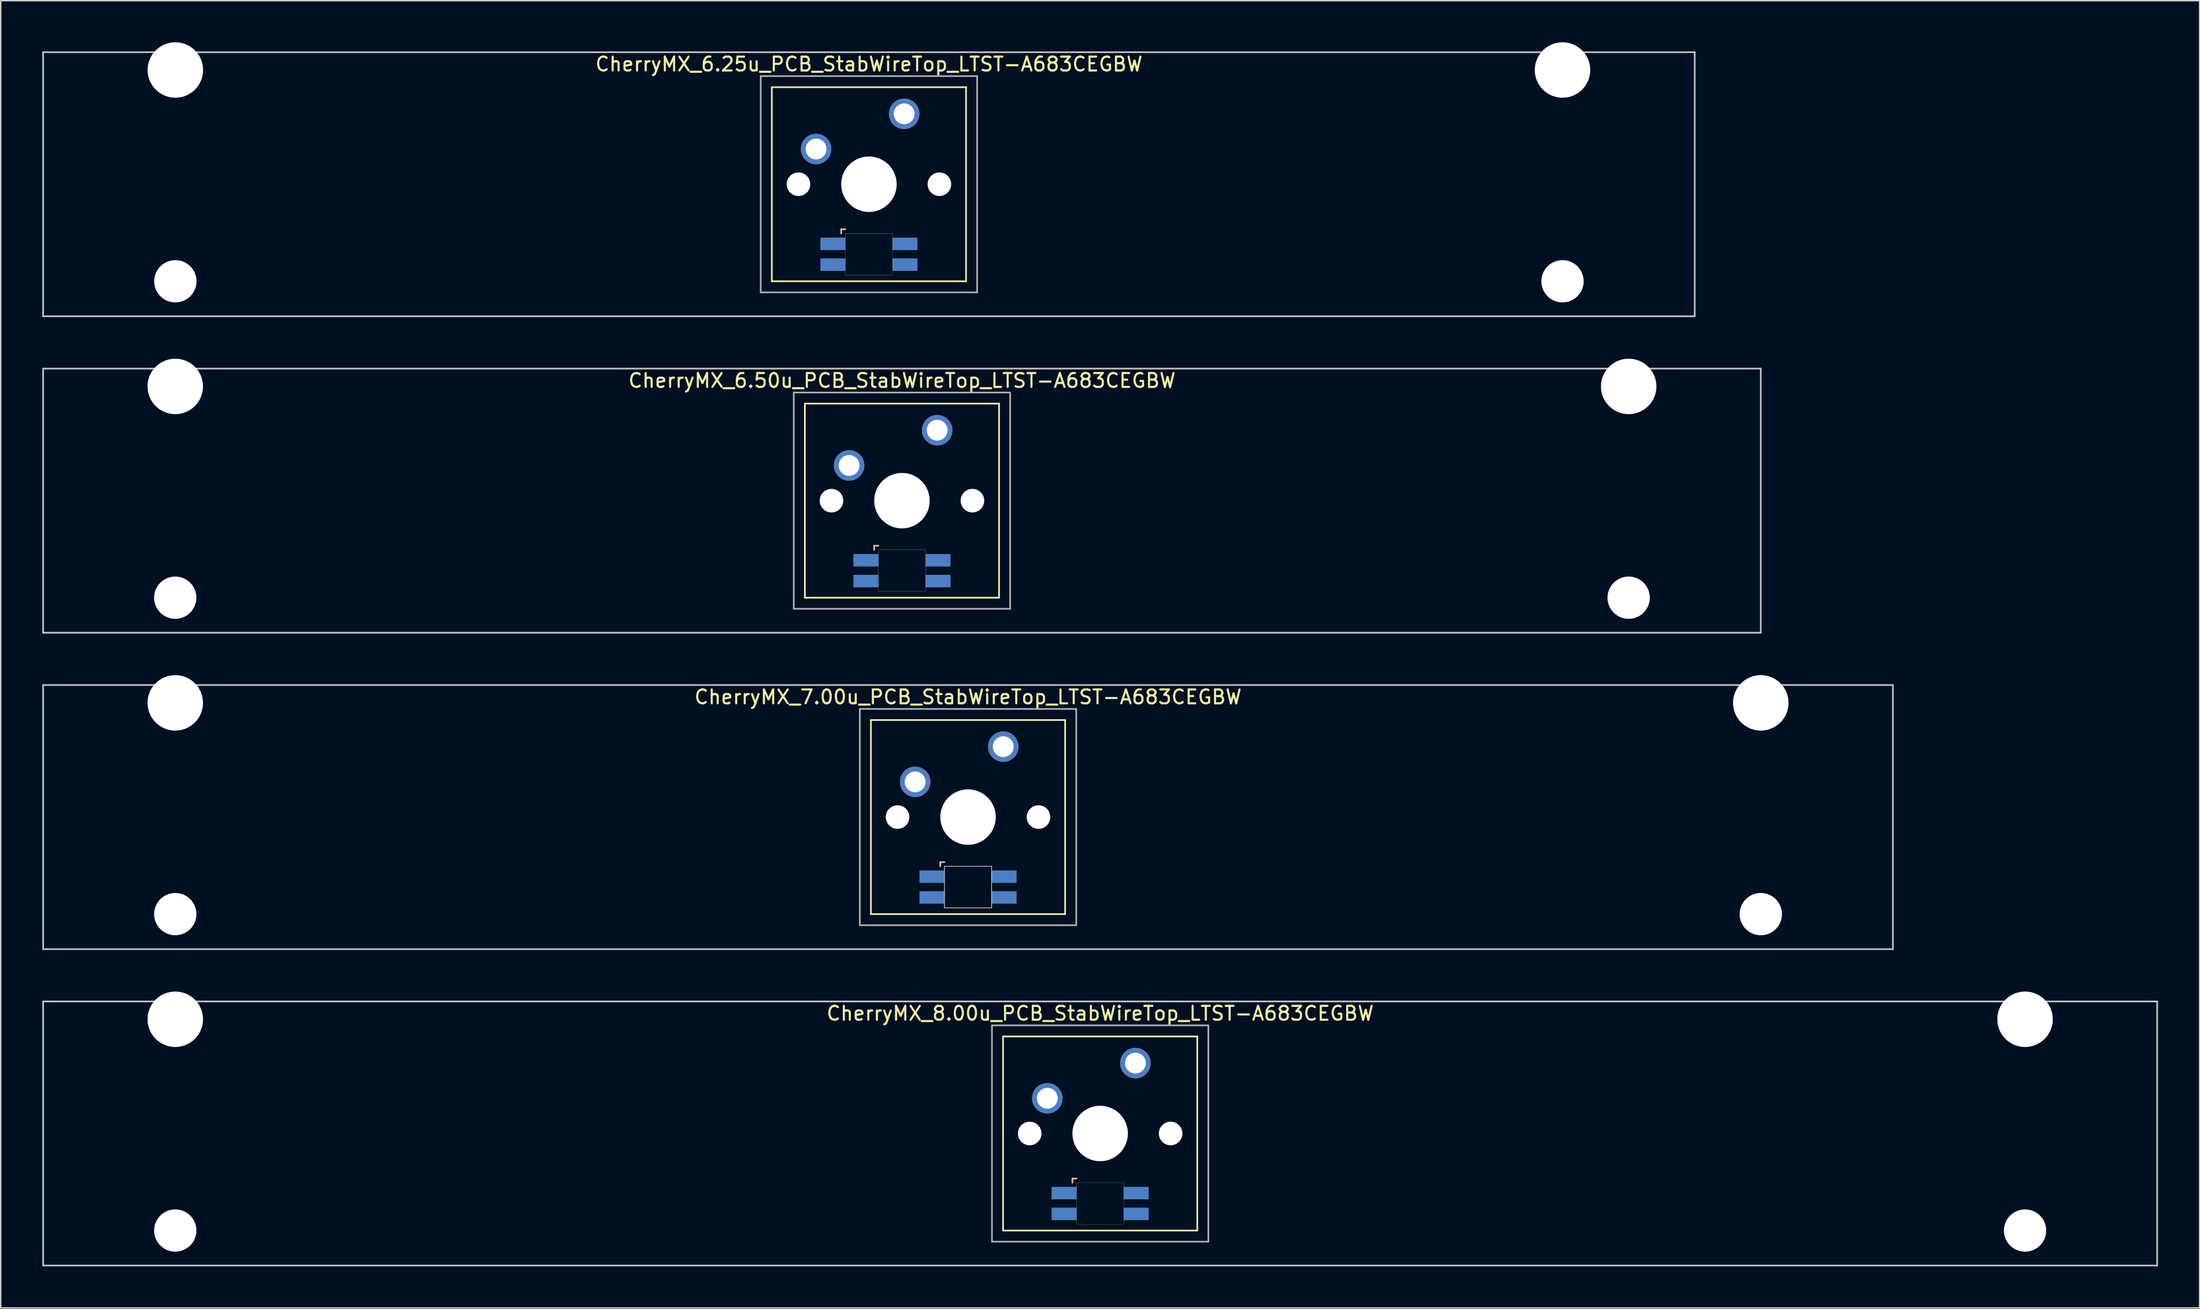
<source format=kicad_pcb>
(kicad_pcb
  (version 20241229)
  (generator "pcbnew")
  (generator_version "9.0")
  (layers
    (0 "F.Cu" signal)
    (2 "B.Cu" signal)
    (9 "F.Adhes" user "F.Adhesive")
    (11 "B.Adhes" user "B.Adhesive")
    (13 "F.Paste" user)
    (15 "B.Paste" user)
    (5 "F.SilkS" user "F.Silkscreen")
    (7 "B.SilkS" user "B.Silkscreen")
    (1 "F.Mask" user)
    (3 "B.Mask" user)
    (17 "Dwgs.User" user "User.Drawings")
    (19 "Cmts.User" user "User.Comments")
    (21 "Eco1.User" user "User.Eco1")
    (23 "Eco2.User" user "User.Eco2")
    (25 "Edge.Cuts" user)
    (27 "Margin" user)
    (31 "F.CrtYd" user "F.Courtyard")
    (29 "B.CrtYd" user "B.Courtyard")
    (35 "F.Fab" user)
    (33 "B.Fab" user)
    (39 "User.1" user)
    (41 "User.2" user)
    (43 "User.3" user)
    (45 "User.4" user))
  (footprint "CherryMX_6.50u_PCB_StabWireTop_LTST-A683CEGBW"
    (layer "F.Cu")
    (at 61.972 33.065)
    (property "Reference" "CherryMX_6.50u_PCB_StabWireTop_LTST-A683CEGBW" (at 0 -8.662 0) (layer "F.SilkS") (effects (font (size 1 1) (thickness 0.15))))
    (attr through_hole)
    (fp_line (start -7 -7) (end -7 7) (stroke (width 0.12) (type solid)) (layer "F.SilkS"))
    (fp_line (start -7 -7) (end 7 -7) (stroke (width 0.12) (type solid)) (layer "F.SilkS"))
    (fp_line (start 7 -7) (end 7 7) (stroke (width 0.12) (type solid)) (layer "F.SilkS"))
    (fp_line (start 7 7) (end -7 7) (stroke (width 0.12) (type solid)) (layer "F.SilkS"))
    (fp_line (start -2 3.25) (end -2 3.55) (stroke (width 0.12) (type solid)) (layer "B.SilkS"))
    (fp_line (start -1.7 3.25) (end -2 3.25) (stroke (width 0.12) (type solid)) (layer "B.SilkS"))
    (fp_line (start -61.913 -9.525) (end 61.913 -9.525) (stroke (width 0.12) (type solid)) (layer "Dwgs.User"))
    (fp_line (start -61.913 9.525) (end -61.913 -9.525) (stroke (width 0.12) (type solid)) (layer "Dwgs.User"))
    (fp_line (start 61.913 -9.525) (end 61.913 9.525) (stroke (width 0.12) (type solid)) (layer "Dwgs.User"))
    (fp_line (start 61.913 9.525) (end -61.913 9.525) (stroke (width 0.12) (type solid)) (layer "Dwgs.User"))
    (fp_poly (pts (xy 1.7 6.55) (xy -1.7 6.55) (xy -1.7 3.55) (xy 1.7 3.55)) (stroke (width 0.01) (type solid)) (fill no) (layer "Edge.Cuts"))
    (fp_line (start -7.8 -7.8) (end -7.8 7.8) (stroke (width 0.12) (type solid)) (layer "F.Fab"))
    (fp_line (start -7.8 -7.8) (end 7.8 -7.8) (stroke (width 0.12) (type solid)) (layer "F.Fab"))
    (fp_line (start -7.8 7.8) (end 7.8 7.8) (stroke (width 0.12) (type solid)) (layer "F.Fab"))
    (fp_line (start 7.8 -7.8) (end 7.8 7.8) (stroke (width 0.12) (type solid)) (layer "F.Fab"))
    (pad "" np_thru_hole circle (at -52.388 -8.24) (size 4 4) (drill 4) (layers "*.Cu" "*.Mask"))
    (pad "" np_thru_hole circle (at -52.388 7) (size 3.05 3.05) (drill 3.05) (layers "*.Cu" "*.Mask"))
    (pad "" np_thru_hole circle (at -5.08 0) (size 1.7 1.7) (drill 1.7) (layers "*.Cu" "*.Mask"))
    (pad "" np_thru_hole circle (at 0 0) (size 4 4) (drill 4) (layers "*.Cu" "*.Mask"))
    (pad "" np_thru_hole circle (at 5.08 0) (size 1.7 1.7) (drill 1.7) (layers "*.Cu" "*.Mask"))
    (pad "" np_thru_hole circle (at 52.388 -8.24) (size 4 4) (drill 4) (layers "*.Cu" "*.Mask"))
    (pad "" np_thru_hole circle (at 52.388 7) (size 3.05 3.05) (drill 3.05) (layers "*.Cu" "*.Mask"))
    (pad "1" thru_hole circle (at -3.81 -2.54) (size 2.2 2.2) (drill 1.5) (layers "*.Cu" "*.Mask"))
    (pad "2" thru_hole circle (at 2.54 -5.08) (size 2.2 2.2) (drill 1.5) (layers "*.Cu" "*.Mask"))
    (pad "3" smd rect (at -2.6 4.3) (size 1.8 0.9) (layers "B.Cu" "B.Mask" "B.Paste"))
    (pad "4" smd rect (at -2.6 5.8) (size 1.8 0.9) (layers "B.Cu" "B.Mask" "B.Paste"))
    (pad "5" smd rect (at 2.6 4.3) (size 1.8 0.9) (layers "B.Cu" "B.Mask" "B.Paste"))
    (pad "6" smd rect (at 2.6 5.8) (size 1.8 0.9) (layers "B.Cu" "B.Mask" "B.Paste")))
  (footprint "CherryMX_8.00u_PCB_StabWireTop_LTST-A683CEGBW"
    (layer "F.Cu")
    (at 76.26 78.715)
    (property "Reference" "CherryMX_8.00u_PCB_StabWireTop_LTST-A683CEGBW" (at 0 -8.662 0) (layer "F.SilkS") (effects (font (size 1 1) (thickness 0.15))))
    (attr through_hole)
    (fp_line (start -7 -7) (end -7 7) (stroke (width 0.12) (type solid)) (layer "F.SilkS"))
    (fp_line (start -7 -7) (end 7 -7) (stroke (width 0.12) (type solid)) (layer "F.SilkS"))
    (fp_line (start 7 -7) (end 7 7) (stroke (width 0.12) (type solid)) (layer "F.SilkS"))
    (fp_line (start 7 7) (end -7 7) (stroke (width 0.12) (type solid)) (layer "F.SilkS"))
    (fp_line (start -2 3.25) (end -2 3.55) (stroke (width 0.12) (type solid)) (layer "B.SilkS"))
    (fp_line (start -1.7 3.25) (end -2 3.25) (stroke (width 0.12) (type solid)) (layer "B.SilkS"))
    (fp_line (start -76.2 -9.525) (end 76.2 -9.525) (stroke (width 0.12) (type solid)) (layer "Dwgs.User"))
    (fp_line (start -76.2 9.525) (end -76.2 -9.525) (stroke (width 0.12) (type solid)) (layer "Dwgs.User"))
    (fp_line (start 76.2 -9.525) (end 76.2 9.525) (stroke (width 0.12) (type solid)) (layer "Dwgs.User"))
    (fp_line (start 76.2 9.525) (end -76.2 9.525) (stroke (width 0.12) (type solid)) (layer "Dwgs.User"))
    (fp_poly (pts (xy 1.7 6.55) (xy -1.7 6.55) (xy -1.7 3.55) (xy 1.7 3.55)) (stroke (width 0.01) (type solid)) (fill no) (layer "Edge.Cuts"))
    (fp_line (start -7.8 -7.8) (end -7.8 7.8) (stroke (width 0.12) (type solid)) (layer "F.Fab"))
    (fp_line (start -7.8 -7.8) (end 7.8 -7.8) (stroke (width 0.12) (type solid)) (layer "F.Fab"))
    (fp_line (start -7.8 7.8) (end 7.8 7.8) (stroke (width 0.12) (type solid)) (layer "F.Fab"))
    (fp_line (start 7.8 -7.8) (end 7.8 7.8) (stroke (width 0.12) (type solid)) (layer "F.Fab"))
    (pad "" np_thru_hole circle (at -66.675 -8.24) (size 4 4) (drill 4) (layers "*.Cu" "*.Mask"))
    (pad "" np_thru_hole circle (at -66.675 7) (size 3.05 3.05) (drill 3.05) (layers "*.Cu" "*.Mask"))
    (pad "" np_thru_hole circle (at -5.08 0) (size 1.7 1.7) (drill 1.7) (layers "*.Cu" "*.Mask"))
    (pad "" np_thru_hole circle (at 0 0) (size 4 4) (drill 4) (layers "*.Cu" "*.Mask"))
    (pad "" np_thru_hole circle (at 5.08 0) (size 1.7 1.7) (drill 1.7) (layers "*.Cu" "*.Mask"))
    (pad "" np_thru_hole circle (at 66.675 -8.24) (size 4 4) (drill 4) (layers "*.Cu" "*.Mask"))
    (pad "" np_thru_hole circle (at 66.675 7) (size 3.05 3.05) (drill 3.05) (layers "*.Cu" "*.Mask"))
    (pad "1" thru_hole circle (at -3.81 -2.54) (size 2.2 2.2) (drill 1.5) (layers "*.Cu" "*.Mask"))
    (pad "2" thru_hole circle (at 2.54 -5.08) (size 2.2 2.2) (drill 1.5) (layers "*.Cu" "*.Mask"))
    (pad "3" smd rect (at -2.6 4.3) (size 1.8 0.9) (layers "B.Cu" "B.Mask" "B.Paste"))
    (pad "4" smd rect (at -2.6 5.8) (size 1.8 0.9) (layers "B.Cu" "B.Mask" "B.Paste"))
    (pad "5" smd rect (at 2.6 4.3) (size 1.8 0.9) (layers "B.Cu" "B.Mask" "B.Paste"))
    (pad "6" smd rect (at 2.6 5.8) (size 1.8 0.9) (layers "B.Cu" "B.Mask" "B.Paste")))
  (footprint "CherryMX_7.00u_PCB_StabWireTop_LTST-A683CEGBW"
    (layer "F.Cu")
    (at 66.735 55.89)
    (property "Reference" "CherryMX_7.00u_PCB_StabWireTop_LTST-A683CEGBW" (at 0 -8.662 0) (layer "F.SilkS") (effects (font (size 1 1) (thickness 0.15))))
    (attr through_hole)
    (fp_line (start -7 -7) (end -7 7) (stroke (width 0.12) (type solid)) (layer "F.SilkS"))
    (fp_line (start -7 -7) (end 7 -7) (stroke (width 0.12) (type solid)) (layer "F.SilkS"))
    (fp_line (start 7 -7) (end 7 7) (stroke (width 0.12) (type solid)) (layer "F.SilkS"))
    (fp_line (start 7 7) (end -7 7) (stroke (width 0.12) (type solid)) (layer "F.SilkS"))
    (fp_line (start -2 3.25) (end -2 3.55) (stroke (width 0.12) (type solid)) (layer "B.SilkS"))
    (fp_line (start -1.7 3.25) (end -2 3.25) (stroke (width 0.12) (type solid)) (layer "B.SilkS"))
    (fp_line (start -66.675 -9.525) (end 66.675 -9.525) (stroke (width 0.12) (type solid)) (layer "Dwgs.User"))
    (fp_line (start -66.675 9.525) (end -66.675 -9.525) (stroke (width 0.12) (type solid)) (layer "Dwgs.User"))
    (fp_line (start 66.675 -9.525) (end 66.675 9.525) (stroke (width 0.12) (type solid)) (layer "Dwgs.User"))
    (fp_line (start 66.675 9.525) (end -66.675 9.525) (stroke (width 0.12) (type solid)) (layer "Dwgs.User"))
    (fp_line (start -1.7 3.55) (end 1.7 3.55) (stroke (width 0.05) (type solid)) (layer "Edge.Cuts"))
    (fp_line (start -1.7 6.55) (end -1.7 3.55) (stroke (width 0.05) (type solid)) (layer "Edge.Cuts"))
    (fp_line (start 1.7 3.55) (end 1.7 6.55) (stroke (width 0.05) (type solid)) (layer "Edge.Cuts"))
    (fp_line (start 1.7 6.55) (end -1.7 6.55) (stroke (width 0.05) (type solid)) (layer "Edge.Cuts"))
    (fp_line (start -7.8 -7.8) (end -7.8 7.8) (stroke (width 0.12) (type solid)) (layer "F.Fab"))
    (fp_line (start -7.8 -7.8) (end 7.8 -7.8) (stroke (width 0.12) (type solid)) (layer "F.Fab"))
    (fp_line (start -7.8 7.8) (end 7.8 7.8) (stroke (width 0.12) (type solid)) (layer "F.Fab"))
    (fp_line (start 7.8 -7.8) (end 7.8 7.8) (stroke (width 0.12) (type solid)) (layer "F.Fab"))
    (pad "" np_thru_hole circle (at -57.15 -8.24) (size 4 4) (drill 4) (layers "*.Cu" "*.Mask"))
    (pad "" np_thru_hole circle (at -57.15 7) (size 3.05 3.05) (drill 3.05) (layers "*.Cu" "*.Mask"))
    (pad "" np_thru_hole circle (at -5.08 0) (size 1.7 1.7) (drill 1.7) (layers "*.Cu" "*.Mask"))
    (pad "" np_thru_hole circle (at 0 0) (size 4 4) (drill 4) (layers "*.Cu" "*.Mask"))
    (pad "" np_thru_hole circle (at 5.08 0) (size 1.7 1.7) (drill 1.7) (layers "*.Cu" "*.Mask"))
    (pad "" np_thru_hole circle (at 57.15 -8.24) (size 4 4) (drill 4) (layers "*.Cu" "*.Mask"))
    (pad "" np_thru_hole circle (at 57.15 7) (size 3.05 3.05) (drill 3.05) (layers "*.Cu" "*.Mask"))
    (pad "1" thru_hole circle (at -3.81 -2.54) (size 2.2 2.2) (drill 1.5) (layers "*.Cu" "*.Mask"))
    (pad "2" thru_hole circle (at 2.54 -5.08) (size 2.2 2.2) (drill 1.5) (layers "*.Cu" "*.Mask"))
    (pad "3" smd rect (at -2.6 4.3) (size 1.8 0.9) (layers "B.Cu" "B.Mask" "B.Paste"))
    (pad "4" smd rect (at -2.6 5.8) (size 1.8 0.9) (layers "B.Cu" "B.Mask" "B.Paste"))
    (pad "5" smd rect (at 2.6 4.3) (size 1.8 0.9) (layers "B.Cu" "B.Mask" "B.Paste"))
    (pad "6" smd rect (at 2.6 5.8) (size 1.8 0.9) (layers "B.Cu" "B.Mask" "B.Paste")))
  (footprint "CherryMX_6.25u_PCB_StabWireTop_LTST-A683CEGBW"
    (layer "F.Cu")
    (at 59.591 10.24)
    (property "Reference" "CherryMX_6.25u_PCB_StabWireTop_LTST-A683CEGBW" (at 0 -8.662 0) (layer "F.SilkS") (effects (font (size 1 1) (thickness 0.15))))
    (attr through_hole)
    (fp_line (start -7 -7) (end -7 7) (stroke (width 0.12) (type solid)) (layer "F.SilkS"))
    (fp_line (start -7 -7) (end 7 -7) (stroke (width 0.12) (type solid)) (layer "F.SilkS"))
    (fp_line (start 7 -7) (end 7 7) (stroke (width 0.12) (type solid)) (layer "F.SilkS"))
    (fp_line (start 7 7) (end -7 7) (stroke (width 0.12) (type solid)) (layer "F.SilkS"))
    (fp_line (start -2 3.25) (end -2 3.55) (stroke (width 0.12) (type solid)) (layer "B.SilkS"))
    (fp_line (start -1.7 3.25) (end -2 3.25) (stroke (width 0.12) (type solid)) (layer "B.SilkS"))
    (fp_line (start -59.531 -9.525) (end 59.531 -9.525) (stroke (width 0.12) (type solid)) (layer "Dwgs.User"))
    (fp_line (start -59.531 9.525) (end -59.531 -9.525) (stroke (width 0.12) (type solid)) (layer "Dwgs.User"))
    (fp_line (start 59.531 -9.525) (end 59.531 9.525) (stroke (width 0.12) (type solid)) (layer "Dwgs.User"))
    (fp_line (start 59.531 9.525) (end -59.531 9.525) (stroke (width 0.12) (type solid)) (layer "Dwgs.User"))
    (fp_poly (pts (xy 1.7 6.55) (xy -1.7 6.55) (xy -1.7 3.55) (xy 1.7 3.55)) (stroke (width 0.01) (type solid)) (fill no) (layer "Edge.Cuts"))
    (fp_line (start -7.8 -7.8) (end -7.8 7.8) (stroke (width 0.12) (type solid)) (layer "F.Fab"))
    (fp_line (start -7.8 -7.8) (end 7.8 -7.8) (stroke (width 0.12) (type solid)) (layer "F.Fab"))
    (fp_line (start -7.8 7.8) (end 7.8 7.8) (stroke (width 0.12) (type solid)) (layer "F.Fab"))
    (fp_line (start 7.8 -7.8) (end 7.8 7.8) (stroke (width 0.12) (type solid)) (layer "F.Fab"))
    (pad "" np_thru_hole circle (at -50 -8.24) (size 4 4) (drill 4) (layers "*.Cu" "*.Mask"))
    (pad "" np_thru_hole circle (at -50 7) (size 3.05 3.05) (drill 3.05) (layers "*.Cu" "*.Mask"))
    (pad "" np_thru_hole circle (at -5.08 0) (size 1.7 1.7) (drill 1.7) (layers "*.Cu" "*.Mask"))
    (pad "" np_thru_hole circle (at 0 0) (size 4 4) (drill 4) (layers "*.Cu" "*.Mask"))
    (pad "" np_thru_hole circle (at 5.08 0) (size 1.7 1.7) (drill 1.7) (layers "*.Cu" "*.Mask"))
    (pad "" np_thru_hole circle (at 50 -8.24) (size 4 4) (drill 4) (layers "*.Cu" "*.Mask"))
    (pad "" np_thru_hole circle (at 50 7) (size 3.05 3.05) (drill 3.05) (layers "*.Cu" "*.Mask"))
    (pad "1" thru_hole circle (at -3.81 -2.54) (size 2.2 2.2) (drill 1.5) (layers "*.Cu" "*.Mask"))
    (pad "2" thru_hole circle (at 2.54 -5.08) (size 2.2 2.2) (drill 1.5) (layers "*.Cu" "*.Mask"))
    (pad "3" smd rect (at -2.6 4.3) (size 1.8 0.9) (layers "B.Cu" "B.Mask" "B.Paste"))
    (pad "4" smd rect (at -2.6 5.8) (size 1.8 0.9) (layers "B.Cu" "B.Mask" "B.Paste"))
    (pad "5" smd rect (at 2.6 4.3) (size 1.8 0.9) (layers "B.Cu" "B.Mask" "B.Paste"))
    (pad "6" smd rect (at 2.6 5.8) (size 1.8 0.9) (layers "B.Cu" "B.Mask" "B.Paste")))
  (gr_rect
    (start -3 -3)
    (end 155.52 91.3)
    (stroke (width 0.1) (type default))
    (fill no)
    (layer "Edge.Cuts")))
</source>
